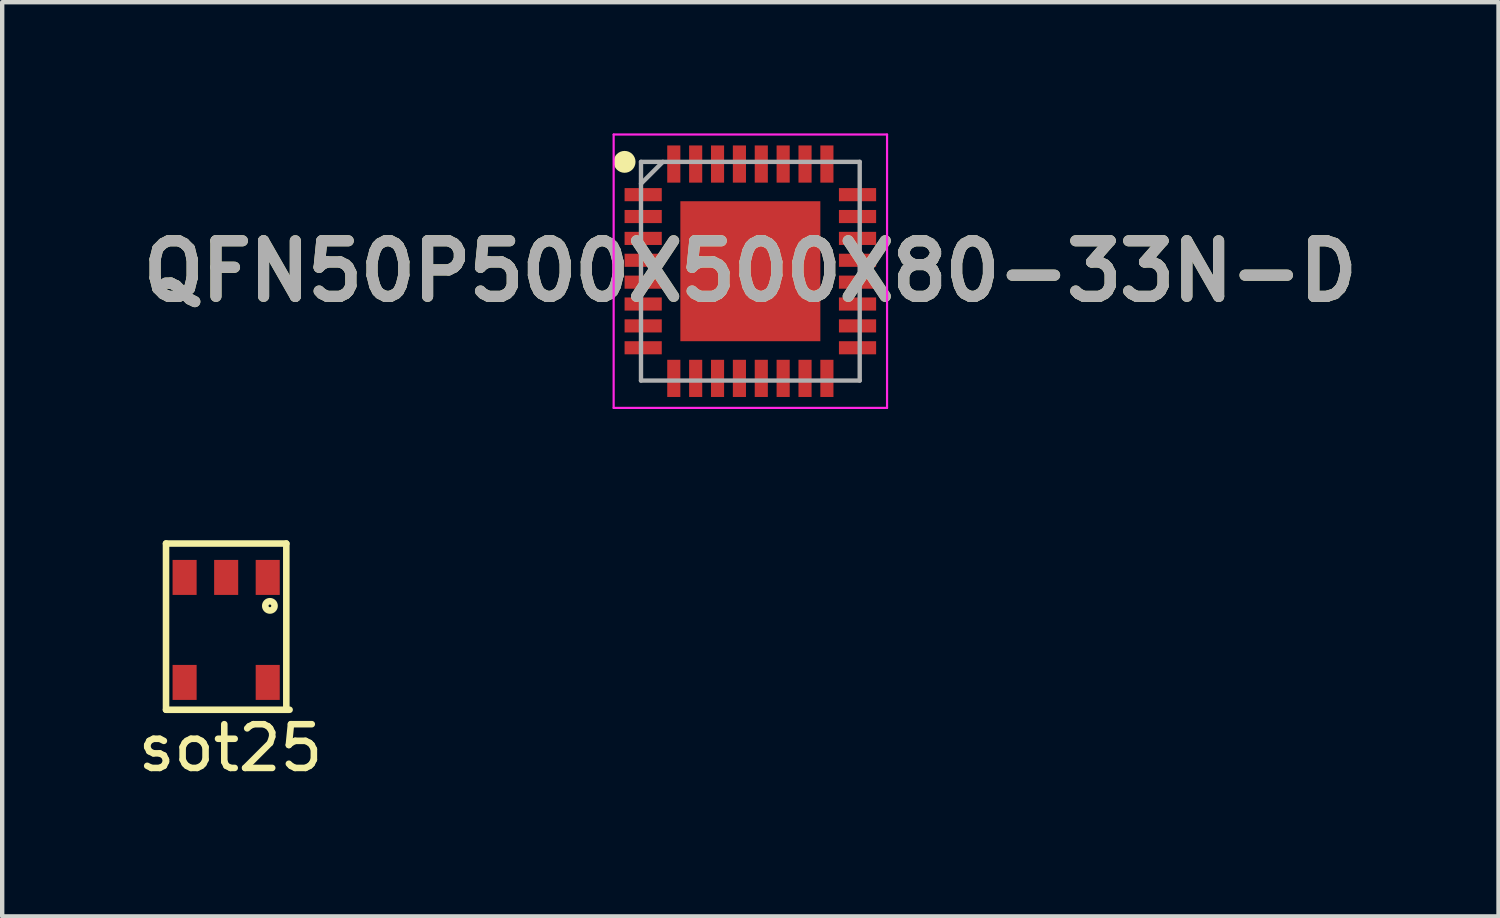
<source format=kicad_pcb>
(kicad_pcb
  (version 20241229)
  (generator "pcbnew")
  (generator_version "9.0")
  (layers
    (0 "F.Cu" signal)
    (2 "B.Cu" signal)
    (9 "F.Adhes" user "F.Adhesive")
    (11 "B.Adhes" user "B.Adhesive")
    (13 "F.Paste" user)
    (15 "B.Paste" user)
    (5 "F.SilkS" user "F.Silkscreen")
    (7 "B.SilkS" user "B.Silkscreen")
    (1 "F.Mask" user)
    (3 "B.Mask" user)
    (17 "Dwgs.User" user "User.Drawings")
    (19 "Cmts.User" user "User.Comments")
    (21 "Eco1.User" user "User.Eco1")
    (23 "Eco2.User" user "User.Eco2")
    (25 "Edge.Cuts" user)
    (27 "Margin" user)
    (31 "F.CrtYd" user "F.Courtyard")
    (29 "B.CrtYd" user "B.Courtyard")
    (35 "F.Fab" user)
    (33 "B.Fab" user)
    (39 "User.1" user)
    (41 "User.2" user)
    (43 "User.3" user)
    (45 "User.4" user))
  (footprint "QFN50P500X500X80-33N-D"
    (layer "F.Cu")
    (at 14.103 3.15)
    (property "Reference" "QFN50P500X500X80-33N-D" (at 0 0 0) (layer "F.SilkS") (effects (font (size 1.27 1.27) (thickness 0.254))))
    (attr smd)
    (fp_circle (center -2.875 -2.5) (end -2.875 -2.375) (stroke (width 0.25) (type solid)) (fill no) (layer "F.SilkS"))
    (fp_line (start -3.125 -3.125) (end 3.125 -3.125) (stroke (width 0.05) (type solid)) (layer "F.CrtYd"))
    (fp_line (start -3.125 3.125) (end -3.125 -3.125) (stroke (width 0.05) (type solid)) (layer "F.CrtYd"))
    (fp_line (start 3.125 -3.125) (end 3.125 3.125) (stroke (width 0.05) (type solid)) (layer "F.CrtYd"))
    (fp_line (start 3.125 3.125) (end -3.125 3.125) (stroke (width 0.05) (type solid)) (layer "F.CrtYd"))
    (fp_line (start -2.5 -2.5) (end 2.5 -2.5) (stroke (width 0.1) (type solid)) (layer "F.Fab"))
    (fp_line (start -2.5 -2) (end -2 -2.5) (stroke (width 0.1) (type solid)) (layer "F.Fab"))
    (fp_line (start -2.5 2.5) (end -2.5 -2.5) (stroke (width 0.1) (type solid)) (layer "F.Fab"))
    (fp_line (start 2.5 -2.5) (end 2.5 2.5) (stroke (width 0.1) (type solid)) (layer "F.Fab"))
    (fp_line (start 2.5 2.5) (end -2.5 2.5) (stroke (width 0.1) (type solid)) (layer "F.Fab"))
    (fp_text user "${REFERENCE}" (at 0 0 0) (layer "F.Fab") (effects (font (size 1.27 1.27) (thickness 0.254))))
    (pad "1" smd rect (at -2.45 -1.75 90) (size 0.3 0.85) (layers "F.Cu" "F.Mask" "F.Paste"))
    (pad "2" smd rect (at -2.45 -1.25 90) (size 0.3 0.85) (layers "F.Cu" "F.Mask" "F.Paste"))
    (pad "3" smd rect (at -2.45 -0.75 90) (size 0.3 0.85) (layers "F.Cu" "F.Mask" "F.Paste"))
    (pad "4" smd rect (at -2.45 -0.25 90) (size 0.3 0.85) (layers "F.Cu" "F.Mask" "F.Paste"))
    (pad "5" smd rect (at -2.45 0.25 90) (size 0.3 0.85) (layers "F.Cu" "F.Mask" "F.Paste"))
    (pad "6" smd rect (at -2.45 0.75 90) (size 0.3 0.85) (layers "F.Cu" "F.Mask" "F.Paste"))
    (pad "7" smd rect (at -2.45 1.25 90) (size 0.3 0.85) (layers "F.Cu" "F.Mask" "F.Paste"))
    (pad "8" smd rect (at -2.45 1.75 90) (size 0.3 0.85) (layers "F.Cu" "F.Mask" "F.Paste"))
    (pad "9" smd rect (at -1.75 2.45) (size 0.3 0.85) (layers "F.Cu" "F.Mask" "F.Paste"))
    (pad "10" smd rect (at -1.25 2.45) (size 0.3 0.85) (layers "F.Cu" "F.Mask" "F.Paste"))
    (pad "11" smd rect (at -0.75 2.45) (size 0.3 0.85) (layers "F.Cu" "F.Mask" "F.Paste"))
    (pad "12" smd rect (at -0.25 2.45) (size 0.3 0.85) (layers "F.Cu" "F.Mask" "F.Paste"))
    (pad "13" smd rect (at 0.25 2.45) (size 0.3 0.85) (layers "F.Cu" "F.Mask" "F.Paste"))
    (pad "14" smd rect (at 0.75 2.45) (size 0.3 0.85) (layers "F.Cu" "F.Mask" "F.Paste"))
    (pad "15" smd rect (at 1.25 2.45) (size 0.3 0.85) (layers "F.Cu" "F.Mask" "F.Paste"))
    (pad "16" smd rect (at 1.75 2.45) (size 0.3 0.85) (layers "F.Cu" "F.Mask" "F.Paste"))
    (pad "17" smd rect (at 2.45 1.75 90) (size 0.3 0.85) (layers "F.Cu" "F.Mask" "F.Paste"))
    (pad "18" smd rect (at 2.45 1.25 90) (size 0.3 0.85) (layers "F.Cu" "F.Mask" "F.Paste"))
    (pad "19" smd rect (at 2.45 0.75 90) (size 0.3 0.85) (layers "F.Cu" "F.Mask" "F.Paste"))
    (pad "20" smd rect (at 2.45 0.25 90) (size 0.3 0.85) (layers "F.Cu" "F.Mask" "F.Paste"))
    (pad "21" smd rect (at 2.45 -0.25 90) (size 0.3 0.85) (layers "F.Cu" "F.Mask" "F.Paste"))
    (pad "22" smd rect (at 2.45 -0.75 90) (size 0.3 0.85) (layers "F.Cu" "F.Mask" "F.Paste"))
    (pad "23" smd rect (at 2.45 -1.25 90) (size 0.3 0.85) (layers "F.Cu" "F.Mask" "F.Paste"))
    (pad "24" smd rect (at 2.45 -1.75 90) (size 0.3 0.85) (layers "F.Cu" "F.Mask" "F.Paste"))
    (pad "25" smd rect (at 1.75 -2.45) (size 0.3 0.85) (layers "F.Cu" "F.Mask" "F.Paste"))
    (pad "26" smd rect (at 1.25 -2.45) (size 0.3 0.85) (layers "F.Cu" "F.Mask" "F.Paste"))
    (pad "27" smd rect (at 0.75 -2.45) (size 0.3 0.85) (layers "F.Cu" "F.Mask" "F.Paste"))
    (pad "28" smd rect (at 0.25 -2.45) (size 0.3 0.85) (layers "F.Cu" "F.Mask" "F.Paste"))
    (pad "29" smd rect (at -0.25 -2.45) (size 0.3 0.85) (layers "F.Cu" "F.Mask" "F.Paste"))
    (pad "30" smd rect (at -0.75 -2.45) (size 0.3 0.85) (layers "F.Cu" "F.Mask" "F.Paste"))
    (pad "31" smd rect (at -1.25 -2.45) (size 0.3 0.85) (layers "F.Cu" "F.Mask" "F.Paste"))
    (pad "32" smd rect (at -1.75 -2.45) (size 0.3 0.85) (layers "F.Cu" "F.Mask" "F.Paste"))
    (pad "33" smd rect (at 0 0) (size 3.2 3.2) (layers "F.Cu" "F.Mask" "F.Paste")))
  (footprint "sot25"
    (layer "F.Cu")
    (at 1.17 10.15)
    (property "Reference" "sot25" (at 1.05 3.9 0) (layer "F.SilkS") (effects (font (size 1 1) (thickness 0.15))))
    (attr through_hole)
    (fp_line (start -0.425 -0.775) (end 2.325 -0.775) (stroke (width 0.15) (type solid)) (layer "F.SilkS"))
    (fp_line (start -0.425 3.025) (end -0.425 -0.775) (stroke (width 0.15) (type solid)) (layer "F.SilkS"))
    (fp_line (start 2.325 -0.775) (end 2.325 3.025) (stroke (width 0.15) (type solid)) (layer "F.SilkS"))
    (fp_line (start 2.4 3.025) (end -0.425 3.025) (stroke (width 0.15) (type solid)) (layer "F.SilkS"))
    (fp_circle (center 1.95 0.65) (end 2.025 0.725) (stroke (width 0.15) (type solid)) (fill no) (layer "F.SilkS"))
    (pad "1" smd rect (at 1.9 0) (size 0.55 0.8) (layers "F.Cu" "F.Mask" "F.Paste"))
    (pad "2" smd rect (at 0.95 0) (size 0.55 0.8) (layers "F.Cu" "F.Mask" "F.Paste"))
    (pad "3" smd rect (at 0 0) (size 0.55 0.8) (layers "F.Cu" "F.Mask" "F.Paste"))
    (pad "4" smd rect (at 0 2.4) (size 0.55 0.8) (layers "F.Cu" "F.Mask" "F.Paste"))
    (pad "5" smd rect (at 1.9 2.4) (size 0.55 0.8) (layers "F.Cu" "F.Mask" "F.Paste")))
  (gr_rect
    (start -3 -3)
    (end 31.206 17.898)
    (stroke (width 0.1) (type default))
    (fill no)
    (layer "Edge.Cuts")))
</source>
